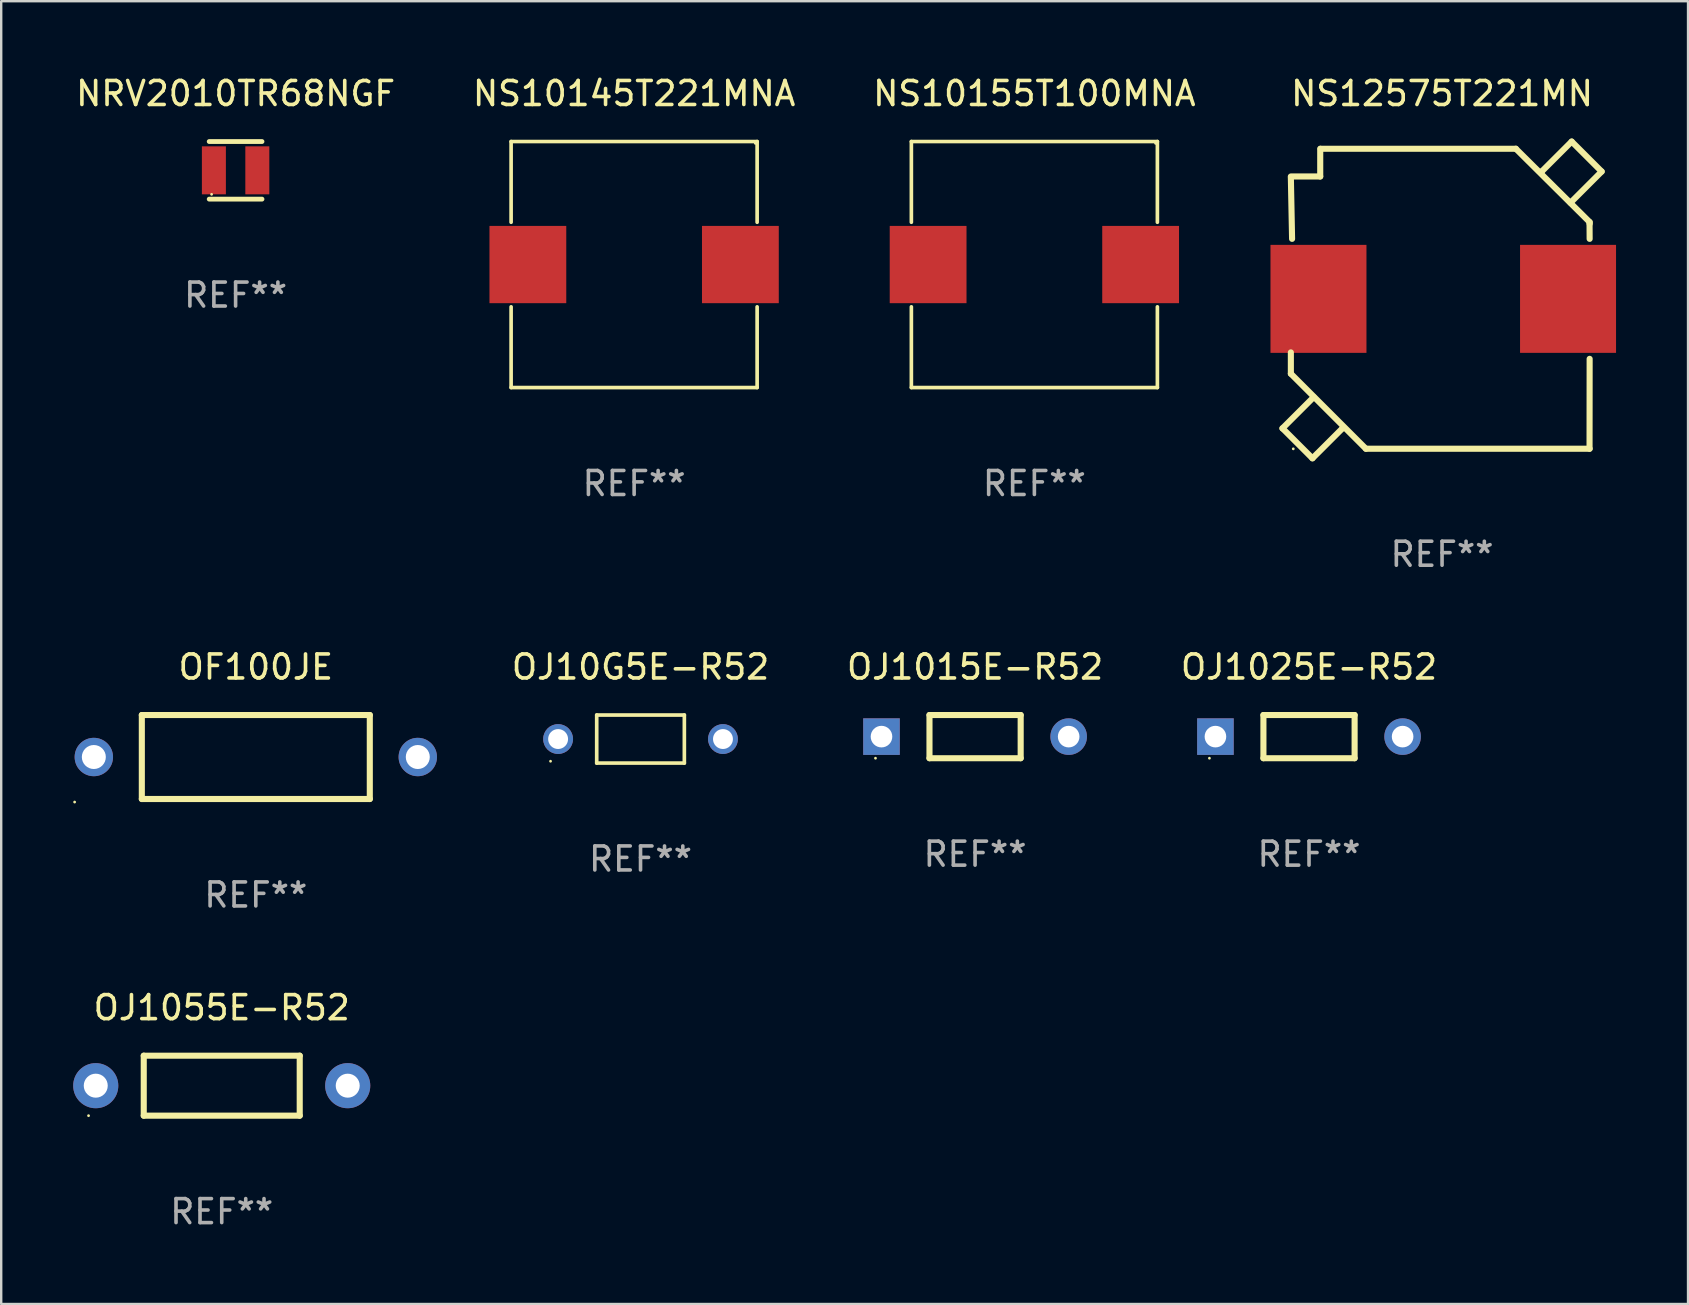
<source format=kicad_pcb>
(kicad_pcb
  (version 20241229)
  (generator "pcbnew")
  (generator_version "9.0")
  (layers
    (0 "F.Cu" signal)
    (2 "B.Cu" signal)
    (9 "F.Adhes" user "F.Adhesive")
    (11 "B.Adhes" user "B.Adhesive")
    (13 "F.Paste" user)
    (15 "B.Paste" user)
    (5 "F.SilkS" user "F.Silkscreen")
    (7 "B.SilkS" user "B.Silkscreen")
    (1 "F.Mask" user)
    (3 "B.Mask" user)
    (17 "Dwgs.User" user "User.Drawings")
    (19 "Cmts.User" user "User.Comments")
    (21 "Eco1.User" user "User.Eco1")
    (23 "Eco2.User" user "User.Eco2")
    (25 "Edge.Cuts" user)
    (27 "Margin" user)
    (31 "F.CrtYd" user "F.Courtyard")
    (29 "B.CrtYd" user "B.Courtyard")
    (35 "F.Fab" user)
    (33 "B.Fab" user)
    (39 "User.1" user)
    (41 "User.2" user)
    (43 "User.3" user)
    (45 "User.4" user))
  (footprint "NS12575T221MN"
    (layer "F.Cu")
    (at 57.043 9.449)
    (property "Reference" "NS12575T221MN" (at 0 -8.6 0) (layer "F.SilkS") (effects (font (size 1 1) (thickness 0.15))))
    (attr through_hole)
    (fp_line (start -6.651 5.351) (end -5.401 6.6) (stroke (width 0.254) (type solid)) (layer "F.SilkS"))
    (fp_line (start -6.301 2.186) (end -6.301 3.074) (stroke (width 0.254) (type solid)) (layer "F.SilkS"))
    (fp_line (start -6.301 3.074) (end -3.174 6.201) (stroke (width 0.254) (type solid)) (layer "F.SilkS"))
    (fp_line (start -6.25 -2.545) (end -6.301 -5.108) (stroke (width 0.254) (type solid)) (layer "F.SilkS"))
    (fp_line (start -5.401 6.6) (end -4.151 5.351) (stroke (width 0.254) (type solid)) (layer "F.SilkS"))
    (fp_line (start -5.35 4.05) (end -6.651 5.351) (stroke (width 0.254) (type solid)) (layer "F.SilkS"))
    (fp_line (start -5.077 -6.3) (end -5.077 -5.145) (stroke (width 0.254) (type solid)) (layer "F.SilkS"))
    (fp_line (start -5.077 -5.145) (end -6.301 -5.145) (stroke (width 0.254) (type solid)) (layer "F.SilkS"))
    (fp_line (start -4.151 5.351) (end -4.15 5.35) (stroke (width 0.254) (type solid)) (layer "F.SilkS"))
    (fp_line (start -3.174 6.201) (end 6.15 6.201) (stroke (width 0.254) (type solid)) (layer "F.SilkS"))
    (fp_line (start 3.074 -6.301) (end 6.15 -3.245) (stroke (width 0.254) (type solid)) (layer "F.SilkS"))
    (fp_line (start 3.075 -6.3) (end -5.058 -6.3) (stroke (width 0.254) (type solid)) (layer "F.SilkS"))
    (fp_line (start 4.151 -5.351) (end 4.15 -5.35) (stroke (width 0.254) (type solid)) (layer "F.SilkS"))
    (fp_line (start 5.35 -4.05) (end 6.651 -5.351) (stroke (width 0.254) (type solid)) (layer "F.SilkS"))
    (fp_line (start 5.401 -6.6) (end 4.151 -5.351) (stroke (width 0.254) (type solid)) (layer "F.SilkS"))
    (fp_line (start 6.146 6.201) (end 6.15 2.455) (stroke (width 0.254) (type solid)) (layer "F.SilkS"))
    (fp_line (start 6.15 -3.245) (end 6.15 -3.174) (stroke (width 0.254) (type solid)) (layer "F.SilkS"))
    (fp_line (start 6.15 -2.545) (end 6.146 -3.174) (stroke (width 0.254) (type solid)) (layer "F.SilkS"))
    (fp_line (start 6.651 -5.351) (end 5.401 -6.6) (stroke (width 0.254) (type solid)) (layer "F.SilkS"))
    (fp_circle (center -6.2 6.205) (end -6.17 6.205) (stroke (width 0.06) (type solid)) (fill no) (layer "F.SilkS"))
    (fp_text user "REF**" (at 0 10.6 0) (layer "F.Fab") (effects (font (size 1 1) (thickness 0.15))))
    (pad "1" smd rect (at -5.15 -0.045) (size 4 4.5) (layers "F.Cu" "F.Mask" "F.Paste"))
    (pad "2" smd rect (at 5.25 -0.045) (size 4 4.5) (layers "F.Cu" "F.Mask" "F.Paste")))
  (footprint "NS10145T221MNA"
    (layer "F.Cu")
    (at 23.375 7.974)
    (property "Reference" "NS10145T221MNA" (at 0 -7.126 0) (layer "F.SilkS") (effects (font (size 1 1) (thickness 0.15))))
    (attr through_hole)
    (fp_line (start -5.126 -5.126) (end 5.126 -5.126) (stroke (width 0.152) (type solid)) (layer "F.SilkS"))
    (fp_line (start -5.126 -1.762) (end -5.126 -5.126) (stroke (width 0.152) (type solid)) (layer "F.SilkS"))
    (fp_line (start -5.126 1.762) (end -5.126 5.126) (stroke (width 0.152) (type solid)) (layer "F.SilkS"))
    (fp_line (start -5.126 5.126) (end 5.126 5.126) (stroke (width 0.152) (type solid)) (layer "F.SilkS"))
    (fp_line (start 5.126 -5.126) (end 5.126 -1.762) (stroke (width 0.152) (type solid)) (layer "F.SilkS"))
    (fp_line (start 5.126 5.126) (end 5.126 1.762) (stroke (width 0.152) (type solid)) (layer "F.SilkS"))
    (fp_circle (center 5.05 -5.05) (end 5.08 -5.05) (stroke (width 0.06) (type solid)) (fill no) (layer "F.SilkS"))
    (fp_text user "REF**" (at 0 9.126 0) (layer "F.Fab") (effects (font (size 1 1) (thickness 0.15))))
    (pad "1" smd rect (at 4.428 0) (size 3.2 3.22) (layers "F.Cu" "F.Mask" "F.Paste"))
    (pad "2" smd rect (at -4.428 0) (size 3.2 3.22) (layers "F.Cu" "F.Mask" "F.Paste")))
  (footprint "OJ1015E-R52"
    (layer "F.Cu")
    (at 37.583 27.646)
    (property "Reference" "OJ1015E-R52" (at 0 -2.9 0) (layer "F.SilkS") (effects (font (size 1 1) (thickness 0.15))))
    (attr through_hole)
    (fp_line (start -1.9 -0.9) (end 1.9 -0.9) (stroke (width 0.254) (type solid)) (layer "F.SilkS"))
    (fp_line (start -1.9 0.9) (end -1.9 -0.9) (stroke (width 0.254) (type solid)) (layer "F.SilkS"))
    (fp_line (start 1.9 -0.9) (end 1.9 0.9) (stroke (width 0.254) (type solid)) (layer "F.SilkS"))
    (fp_line (start 1.9 0.9) (end -1.9 0.9) (stroke (width 0.254) (type solid)) (layer "F.SilkS"))
    (fp_circle (center -4.15 0.9) (end -4.12 0.9) (stroke (width 0.06) (type solid)) (fill no) (layer "F.SilkS"))
    (fp_text user "REF**" (at 0 4.9 0) (layer "F.Fab") (effects (font (size 1 1) (thickness 0.15))))
    (pad "1" thru_hole rect (at -3.9 0) (size 1.524 1.524) (drill 0.9) (layers "*.Cu" "*.Mask"))
    (pad "2" thru_hole circle (at 3.9 0) (size 1.524 1.524) (drill 0.9) (layers "*.Cu" "*.Mask")))
  (footprint "OJ1025E-R52"
    (layer "F.Cu")
    (at 51.499 27.646)
    (property "Reference" "OJ1025E-R52" (at 0 -2.9 0) (layer "F.SilkS") (effects (font (size 1 1) (thickness 0.15))))
    (attr through_hole)
    (fp_line (start -1.9 -0.9) (end 1.9 -0.9) (stroke (width 0.254) (type solid)) (layer "F.SilkS"))
    (fp_line (start -1.9 0.9) (end -1.9 -0.9) (stroke (width 0.254) (type solid)) (layer "F.SilkS"))
    (fp_line (start 1.9 -0.9) (end 1.9 0.9) (stroke (width 0.254) (type solid)) (layer "F.SilkS"))
    (fp_line (start 1.9 0.9) (end -1.9 0.9) (stroke (width 0.254) (type solid)) (layer "F.SilkS"))
    (fp_circle (center -4.15 0.9) (end -4.12 0.9) (stroke (width 0.06) (type solid)) (fill no) (layer "F.SilkS"))
    (fp_text user "REF**" (at 0 4.9 0) (layer "F.Fab") (effects (font (size 1 1) (thickness 0.15))))
    (pad "1" thru_hole rect (at -3.9 0) (size 1.524 1.524) (drill 0.9) (layers "*.Cu" "*.Mask"))
    (pad "2" thru_hole circle (at 3.9 0) (size 1.524 1.524) (drill 0.9) (layers "*.Cu" "*.Mask")))
  (footprint "OF100JE"
    (layer "F.Cu")
    (at 7.61 28.496)
    (property "Reference" "OF100JE" (at 0 -3.75 0) (layer "F.SilkS") (effects (font (size 1 1) (thickness 0.15))))
    (attr through_hole)
    (fp_line (start -4.75 -1.75) (end 4.75 -1.75) (stroke (width 0.254) (type solid)) (layer "F.SilkS"))
    (fp_line (start -4.75 1.75) (end -4.75 -1.75) (stroke (width 0.254) (type solid)) (layer "F.SilkS"))
    (fp_line (start 4.75 1.75) (end -4.75 1.75) (stroke (width 0.254) (type solid)) (layer "F.SilkS"))
    (fp_line (start 4.75 1.75) (end 4.75 -1.75) (stroke (width 0.254) (type solid)) (layer "F.SilkS"))
    (fp_circle (center -7.55 1.877) (end -7.52 1.877) (stroke (width 0.06) (type solid)) (fill no) (layer "F.SilkS"))
    (fp_text user "REF**" (at 0 5.75 0) (layer "F.Fab") (effects (font (size 1 1) (thickness 0.15))))
    (pad "1" thru_hole circle (at -6.75 0) (size 1.6 1.6) (drill 1) (layers "*.Cu" "*.Mask"))
    (pad "2" thru_hole circle (at 6.75 0) (size 1.6 1.6) (drill 1) (layers "*.Cu" "*.Mask")))
  (footprint "NS10155T100MNA"
    (layer "F.Cu")
    (at 40.054 7.974)
    (property "Reference" "NS10155T100MNA" (at 0 -7.126 0) (layer "F.SilkS") (effects (font (size 1 1) (thickness 0.15))))
    (attr through_hole)
    (fp_line (start -5.126 -5.126) (end 5.126 -5.126) (stroke (width 0.152) (type solid)) (layer "F.SilkS"))
    (fp_line (start -5.126 -1.762) (end -5.126 -5.126) (stroke (width 0.152) (type solid)) (layer "F.SilkS"))
    (fp_line (start -5.126 1.762) (end -5.126 5.126) (stroke (width 0.152) (type solid)) (layer "F.SilkS"))
    (fp_line (start -5.126 5.126) (end 5.126 5.126) (stroke (width 0.152) (type solid)) (layer "F.SilkS"))
    (fp_line (start 5.126 -5.126) (end 5.126 -1.762) (stroke (width 0.152) (type solid)) (layer "F.SilkS"))
    (fp_line (start 5.126 5.126) (end 5.126 1.762) (stroke (width 0.152) (type solid)) (layer "F.SilkS"))
    (fp_circle (center 5.05 -5.05) (end 5.08 -5.05) (stroke (width 0.06) (type solid)) (fill no) (layer "F.SilkS"))
    (fp_text user "REF**" (at 0 9.126 0) (layer "F.Fab") (effects (font (size 1 1) (thickness 0.15))))
    (pad "1" smd rect (at 4.428 0) (size 3.2 3.22) (layers "F.Cu" "F.Mask" "F.Paste"))
    (pad "2" smd rect (at -4.428 0) (size 3.2 3.22) (layers "F.Cu" "F.Mask" "F.Paste")))
  (footprint "NRV2010TR68NGF"
    (layer "F.Cu")
    (at 6.768 4.048)
    (property "Reference" "NRV2010TR68NGF" (at 0 -3.2 0) (layer "F.SilkS") (effects (font (size 1 1) (thickness 0.15))))
    (attr through_hole)
    (fp_line (start -1.1 -1.2) (end 1.1 -1.2) (stroke (width 0.2) (type solid)) (layer "F.SilkS"))
    (fp_line (start -1.1 1.2) (end 1.1 1.2) (stroke (width 0.2) (type solid)) (layer "F.SilkS"))
    (fp_circle (center -1 1) (end -0.97 1) (stroke (width 0.06) (type solid)) (fill no) (layer "F.SilkS"))
    (fp_text user "REF**" (at 0 5.2 0) (layer "F.Fab") (effects (font (size 1 1) (thickness 0.15))))
    (pad "1" smd rect (at -0.905 0) (size 1 2) (layers "F.Cu" "F.Mask" "F.Paste"))
    (pad "2" smd rect (at 0.905 0) (size 1 2) (layers "F.Cu" "F.Mask" "F.Paste")))
  (footprint "OJ1055E-R52"
    (layer "F.Cu")
    (at 6.19 42.192)
    (property "Reference" "OJ1055E-R52" (at 0 -3.25 0) (layer "F.SilkS") (effects (font (size 1 1) (thickness 0.15))))
    (attr through_hole)
    (fp_line (start -3.25 -1.25) (end 3.25 -1.25) (stroke (width 0.254) (type solid)) (layer "F.SilkS"))
    (fp_line (start -3.25 1.25) (end -3.25 -1.25) (stroke (width 0.254) (type solid)) (layer "F.SilkS"))
    (fp_line (start 3.25 1.25) (end -3.25 1.25) (stroke (width 0.254) (type solid)) (layer "F.SilkS"))
    (fp_line (start 3.25 1.25) (end 3.25 -1.25) (stroke (width 0.254) (type solid)) (layer "F.SilkS"))
    (fp_circle (center -5.55 1.25) (end -5.52 1.25) (stroke (width 0.06) (type solid)) (fill no) (layer "F.SilkS"))
    (fp_text user "REF**" (at 0 5.25 0) (layer "F.Fab") (effects (font (size 1 1) (thickness 0.15))))
    (pad "1" thru_hole circle (at -5.25 0) (size 1.88 1.88) (drill 1) (layers "*.Cu" "*.Mask"))
    (pad "2" thru_hole circle (at 5.25 0) (size 1.88 1.88) (drill 1) (layers "*.Cu" "*.Mask")))
  (footprint "OJ10G5E-R52"
    (layer "F.Cu")
    (at 23.642 27.747)
    (property "Reference" "OJ10G5E-R52" (at 0 -3.001 0) (layer "F.SilkS") (effects (font (size 1 1) (thickness 0.15))))
    (attr through_hole)
    (fp_line (start -1.826 -1.001) (end 1.826 -1.001) (stroke (width 0.152) (type solid)) (layer "F.SilkS"))
    (fp_line (start -1.826 1.001) (end -1.826 -1.001) (stroke (width 0.152) (type solid)) (layer "F.SilkS"))
    (fp_line (start 1.826 -1.001) (end 1.826 1.001) (stroke (width 0.152) (type solid)) (layer "F.SilkS"))
    (fp_line (start 1.826 1.001) (end -1.826 1.001) (stroke (width 0.152) (type solid)) (layer "F.SilkS"))
    (fp_circle (center -3.75 0.925) (end -3.72 0.925) (stroke (width 0.06) (type solid)) (fill no) (layer "F.SilkS"))
    (fp_text user "REF**" (at 0 5.001 0) (layer "F.Fab") (effects (font (size 1 1) (thickness 0.15))))
    (pad "1" thru_hole circle (at -3.435 0) (size 1.245 1.245) (drill 0.83) (layers "*.Cu" "*.Mask"))
    (pad "2" thru_hole circle (at 3.435 0) (size 1.245 1.245) (drill 0.83) (layers "*.Cu" "*.Mask")))
  (gr_rect
    (start -3 -3)
    (end 67.293 51.29)
    (stroke (width 0.1) (type default))
    (fill no)
    (layer "Edge.Cuts")))
</source>
